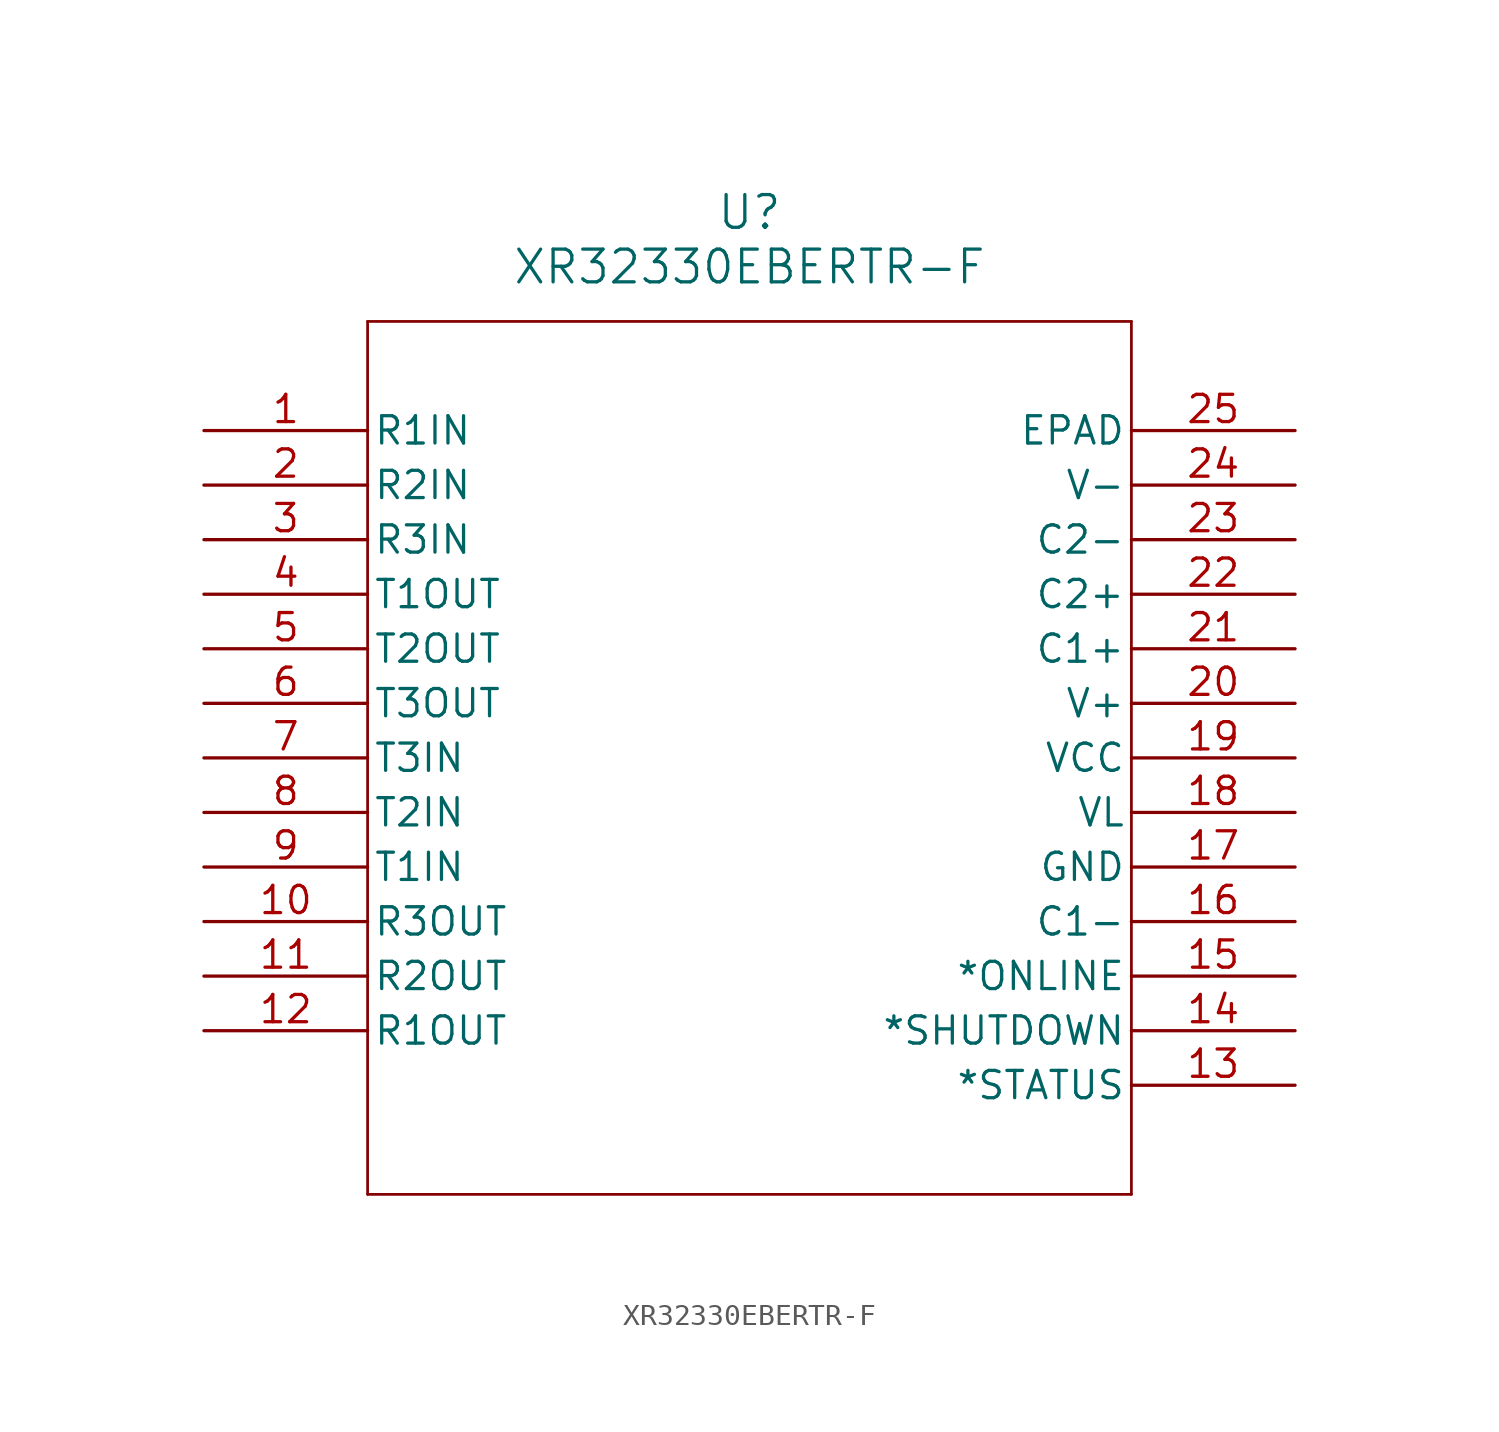
<source format=kicad_sym>
(kicad_symbol_lib
  (version 20211014)
  (generator kicad_symbol_editor)
  (symbol "XR32330EBERTR-F"
    (pin_names
      (offset 0.254))
    (property "Reference" "U"
      (at 25.4 10.16 0)
      (effects (font (size 1.524 1.524))))
    (property "Value" "XR32330EBERTR-F"
      (at 25.4 7.62 0)
      (effects (font (size 1.524 1.524))))
    (symbol "XR32330EBERTR-F_0_1"
      (polyline (pts (xy 7.62 5.08) (xy 7.62 -35.56)) (stroke (width 0.127) (type default) (color 0 0 0 0)) (fill (type none)))
      (polyline (pts (xy 7.62 -35.56) (xy 43.18 -35.56)) (stroke (width 0.127) (type default) (color 0 0 0 0)) (fill (type none)))
      (polyline (pts (xy 43.18 -35.56) (xy 43.18 5.08)) (stroke (width 0.127) (type default) (color 0 0 0 0)) (fill (type none)))
      (polyline (pts (xy 43.18 5.08) (xy 7.62 5.08)) (stroke (width 0.127) (type default) (color 0 0 0 0)) (fill (type none)))
      (pin input line (at 0 0 0) (length 7.62) (name "R1IN" (effects (font (size 1.27 1.27)))) (number "1" (effects (font (size 1.27 1.27)))))
      (pin input line (at 0 -2.54 0) (length 7.62) (name "R2IN" (effects (font (size 1.27 1.27)))) (number "2" (effects (font (size 1.27 1.27)))))
      (pin input line (at 0 -5.08 0) (length 7.62) (name "R3IN" (effects (font (size 1.27 1.27)))) (number "3" (effects (font (size 1.27 1.27)))))
      (pin output line (at 0 -7.62 0) (length 7.62) (name "T1OUT" (effects (font (size 1.27 1.27)))) (number "4" (effects (font (size 1.27 1.27)))))
      (pin output line (at 0 -10.16 0) (length 7.62) (name "T2OUT" (effects (font (size 1.27 1.27)))) (number "5" (effects (font (size 1.27 1.27)))))
      (pin output line (at 0 -12.7 0) (length 7.62) (name "T3OUT" (effects (font (size 1.27 1.27)))) (number "6" (effects (font (size 1.27 1.27)))))
      (pin input line (at 0 -15.24 0) (length 7.62) (name "T3IN" (effects (font (size 1.27 1.27)))) (number "7" (effects (font (size 1.27 1.27)))))
      (pin input line (at 0 -17.78 0) (length 7.62) (name "T2IN" (effects (font (size 1.27 1.27)))) (number "8" (effects (font (size 1.27 1.27)))))
      (pin input line (at 0 -20.32 0) (length 7.62) (name "T1IN" (effects (font (size 1.27 1.27)))) (number "9" (effects (font (size 1.27 1.27)))))
      (pin output line (at 0 -22.86 0) (length 7.62) (name "R3OUT" (effects (font (size 1.27 1.27)))) (number "10" (effects (font (size 1.27 1.27)))))
      (pin output line (at 0 -25.4 0) (length 7.62) (name "R2OUT" (effects (font (size 1.27 1.27)))) (number "11" (effects (font (size 1.27 1.27)))))
      (pin output line (at 0 -27.94 0) (length 7.62) (name "R1OUT" (effects (font (size 1.27 1.27)))) (number "12" (effects (font (size 1.27 1.27)))))
      (pin output line (at 50.8 -30.48 180) (length 7.62) (name "*STATUS" (effects (font (size 1.27 1.27)))) (number "13" (effects (font (size 1.27 1.27)))))
      (pin input line (at 50.8 -27.94 180) (length 7.62) (name "*SHUTDOWN" (effects (font (size 1.27 1.27)))) (number "14" (effects (font (size 1.27 1.27)))))
      (pin input line (at 50.8 -25.4 180) (length 7.62) (name "*ONLINE" (effects (font (size 1.27 1.27)))) (number "15" (effects (font (size 1.27 1.27)))))
      (pin unspecified line (at 50.8 -22.86 180) (length 7.62) (name "C1-" (effects (font (size 1.27 1.27)))) (number "16" (effects (font (size 1.27 1.27)))))
      (pin power_in line (at 50.8 -20.32 180) (length 7.62) (name "GND" (effects (font (size 1.27 1.27)))) (number "17" (effects (font (size 1.27 1.27)))))
      (pin power_in line (at 50.8 -17.78 180) (length 7.62) (name "VL" (effects (font (size 1.27 1.27)))) (number "18" (effects (font (size 1.27 1.27)))))
      (pin power_in line (at 50.8 -15.24 180) (length 7.62) (name "VCC" (effects (font (size 1.27 1.27)))) (number "19" (effects (font (size 1.27 1.27)))))
      (pin power_in line (at 50.8 -12.7 180) (length 7.62) (name "V+" (effects (font (size 1.27 1.27)))) (number "20" (effects (font (size 1.27 1.27)))))
      (pin unspecified line (at 50.8 -10.16 180) (length 7.62) (name "C1+" (effects (font (size 1.27 1.27)))) (number "21" (effects (font (size 1.27 1.27)))))
      (pin unspecified line (at 50.8 -7.62 180) (length 7.62) (name "C2+" (effects (font (size 1.27 1.27)))) (number "22" (effects (font (size 1.27 1.27)))))
      (pin unspecified line (at 50.8 -5.08 180) (length 7.62) (name "C2-" (effects (font (size 1.27 1.27)))) (number "23" (effects (font (size 1.27 1.27)))))
      (pin power_in line (at 50.8 -2.54 180) (length 7.62) (name "V-" (effects (font (size 1.27 1.27)))) (number "24" (effects (font (size 1.27 1.27)))))
      (pin unspecified line (at 50.8 0 180) (length 7.62) (name "EPAD" (effects (font (size 1.27 1.27)))) (number "25" (effects (font (size 1.27 1.27))))))))
</source>
